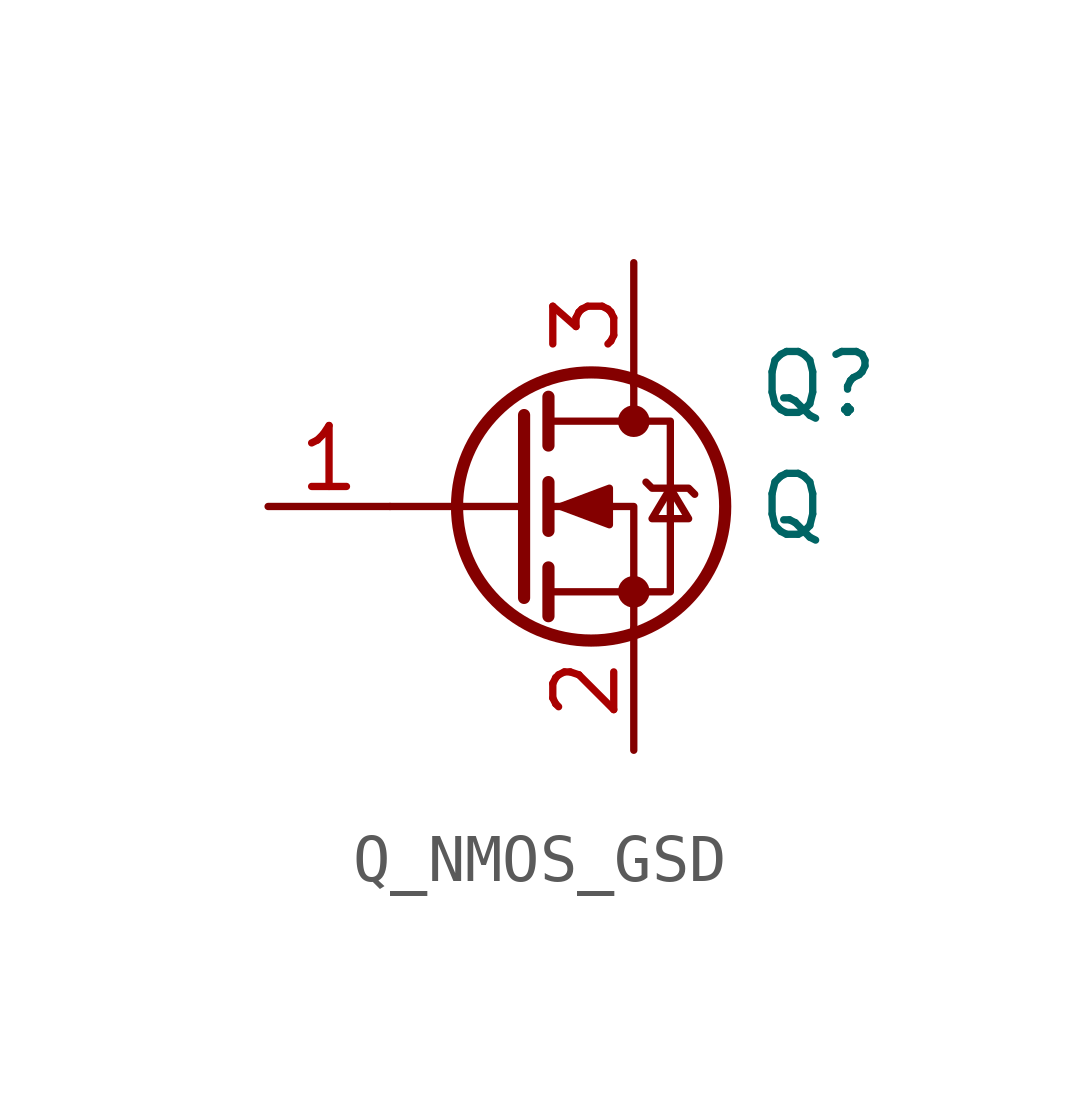
<source format=kicad_sym>
(kicad_symbol_lib
  (version 20220914)
  (generator kicad_symbol_editor)
  (symbol "Q_NMOS_GSD"
    (pin_names hide)
    (property "Reference" "Q"
      (at 2.54 2.54 0)
      (effects (font (size 1.27 1.27)) (justify left)))
    (property "Value" "Q"
      (at 2.54 0 0)
      (effects (font (size 1.27 1.27)) (justify left)))
    (symbol "Q_NMOS_GSD_0_1"
      (circle (center -0.889 0) (radius 2.794) (stroke (width 0.254) (type default)) (fill (type none)))
      (circle (center 0 -1.778) (radius 0.254) (stroke (width 0) (type default)) (fill (type outline)))
      (polyline (pts (xy -2.286 0) (xy -5.08 0)) (stroke (width 0) (type default)) (fill (type none)))
      (polyline (pts (xy -2.286 1.905) (xy -2.286 -1.905)) (stroke (width 0.254) (type default)) (fill (type none)))
      (polyline (pts (xy -1.778 -1.27) (xy -1.778 -2.286)) (stroke (width 0.254) (type default)) (fill (type none)))
      (polyline (pts (xy -1.778 0.508) (xy -1.778 -0.508)) (stroke (width 0.254) (type default)) (fill (type none)))
      (polyline (pts (xy -1.778 2.286) (xy -1.778 1.27)) (stroke (width 0.254) (type default)) (fill (type none)))
      (polyline (pts (xy 0 2.54) (xy 0 1.778)) (stroke (width 0) (type default)) (fill (type none)))
      (polyline (pts (xy 0 -2.54) (xy 0 0) (xy -1.778 0)) (stroke (width 0) (type default)) (fill (type none)))
      (polyline (pts (xy -1.778 -1.778) (xy 0.762 -1.778) (xy 0.762 1.778) (xy -1.778 1.778)) (stroke (width 0) (type default)) (fill (type none)))
      (polyline (pts (xy -1.524 0) (xy -0.508 0.381) (xy -0.508 -0.381) (xy -1.524 0)) (stroke (width 0) (type default)) (fill (type outline)))
      (polyline (pts (xy 0.254 0.508) (xy 0.381 0.381) (xy 1.143 0.381) (xy 1.27 0.254)) (stroke (width 0) (type default)) (fill (type none)))
      (polyline (pts (xy 0.762 0.381) (xy 0.381 -0.254) (xy 1.143 -0.254) (xy 0.762 0.381)) (stroke (width 0) (type default)) (fill (type none)))
      (circle (center 0 1.778) (radius 0.254) (stroke (width 0) (type default)) (fill (type outline))))
    (symbol "Q_NMOS_GSD_1_1"
      (pin input line (at -7.62 0 0) (length 2.54) (name "G" (effects (font (size 1.27 1.27)))) (number "1" (effects (font (size 1.27 1.27)))))
      (pin passive line (at 0 -5.08 90) (length 2.54) (name "S" (effects (font (size 1.27 1.27)))) (number "2" (effects (font (size 1.27 1.27)))))
      (pin passive line (at 0 5.08 270) (length 2.54) (name "D" (effects (font (size 1.27 1.27)))) (number "3" (effects (font (size 1.27 1.27))))))))
</source>
